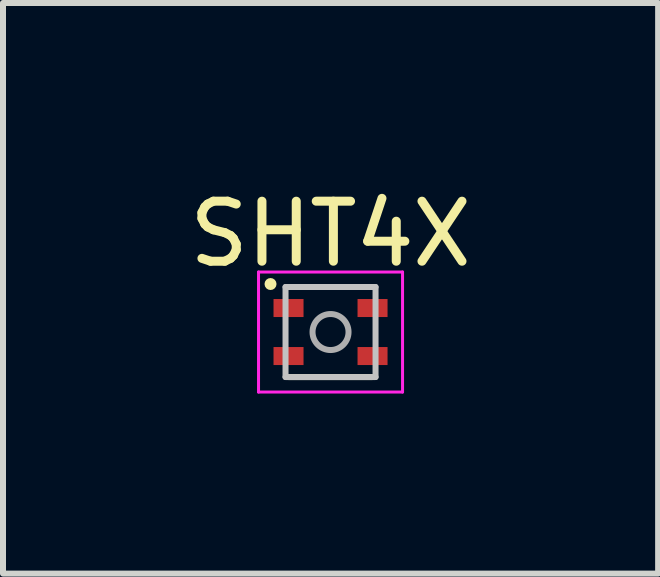
<source format=kicad_pcb>
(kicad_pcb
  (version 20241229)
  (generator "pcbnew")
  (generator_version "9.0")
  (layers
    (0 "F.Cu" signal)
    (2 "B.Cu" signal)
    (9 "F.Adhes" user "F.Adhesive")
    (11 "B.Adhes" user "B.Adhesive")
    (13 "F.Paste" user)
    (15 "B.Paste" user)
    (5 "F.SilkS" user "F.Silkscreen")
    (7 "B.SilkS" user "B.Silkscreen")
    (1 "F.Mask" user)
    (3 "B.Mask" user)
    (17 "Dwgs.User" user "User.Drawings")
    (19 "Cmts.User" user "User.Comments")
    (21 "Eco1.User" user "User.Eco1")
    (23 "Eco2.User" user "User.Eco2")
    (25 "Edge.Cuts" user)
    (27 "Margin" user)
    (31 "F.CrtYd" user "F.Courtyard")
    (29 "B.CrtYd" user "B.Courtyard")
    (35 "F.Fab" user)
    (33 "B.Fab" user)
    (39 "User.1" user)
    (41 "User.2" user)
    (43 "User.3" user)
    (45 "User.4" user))
  (footprint "SHT4X"
    (layer "F.Cu")
    (at 2.458 2.483)
    (property "Reference" "SHT4X" (at 0 -1.635 0) (layer "F.SilkS") (effects (font (size 1 1) (thickness 0.15))))
    (attr smd)
    (fp_line (start -0.7 -0.75) (end 0.7 -0.75) (stroke (width 0.1) (type solid)) (layer "F.SilkS"))
    (fp_line (start -0.7 0.75) (end 0.7 0.75) (stroke (width 0.1) (type solid)) (layer "F.SilkS"))
    (fp_circle (center -1 -0.8) (end -0.95 -0.8) (stroke (width 0.1) (type solid)) (fill no) (layer "F.SilkS"))
    (fp_line (start -0.75 -0.75) (end -0.75 0.75) (stroke (width 0.1) (type solid)) (layer "Dwgs.User"))
    (fp_line (start -0.75 0.75) (end 0.75 0.75) (stroke (width 0.1) (type solid)) (layer "Dwgs.User"))
    (fp_line (start 0.75 -0.75) (end -0.75 -0.75) (stroke (width 0.1) (type solid)) (layer "Dwgs.User"))
    (fp_line (start 0.75 0.75) (end 0.75 -0.75) (stroke (width 0.1) (type solid)) (layer "Dwgs.User"))
    (fp_line (start -1.2 -1) (end -1.2 1) (stroke (width 0.05) (type solid)) (layer "F.CrtYd"))
    (fp_line (start -1.2 1) (end 1.2 1) (stroke (width 0.05) (type solid)) (layer "F.CrtYd"))
    (fp_line (start 1.2 -1) (end -1.2 -1) (stroke (width 0.05) (type solid)) (layer "F.CrtYd"))
    (fp_line (start 1.2 1) (end 1.2 -1) (stroke (width 0.05) (type solid)) (layer "F.CrtYd"))
    (fp_circle (center 0 0) (end 0.3 0) (stroke (width 0.1) (type solid)) (fill no) (layer "F.Fab"))
    (pad "1" smd rect (at -0.7 -0.4) (size 0.5 0.3) (layers "F.Cu" "F.Mask" "F.Paste"))
    (pad "2" smd rect (at -0.7 0.4) (size 0.5 0.3) (layers "F.Cu" "F.Mask" "F.Paste"))
    (pad "3" smd rect (at 0.7 0.4) (size 0.5 0.3) (layers "F.Cu" "F.Mask" "F.Paste"))
    (pad "4" smd rect (at 0.7 -0.4) (size 0.5 0.3) (layers "F.Cu" "F.Mask" "F.Paste")))
  (gr_rect
    (start -3 -3)
    (end 7.917 6.508)
    (stroke (width 0.1) (type default))
    (fill no)
    (layer "Edge.Cuts")))
</source>
